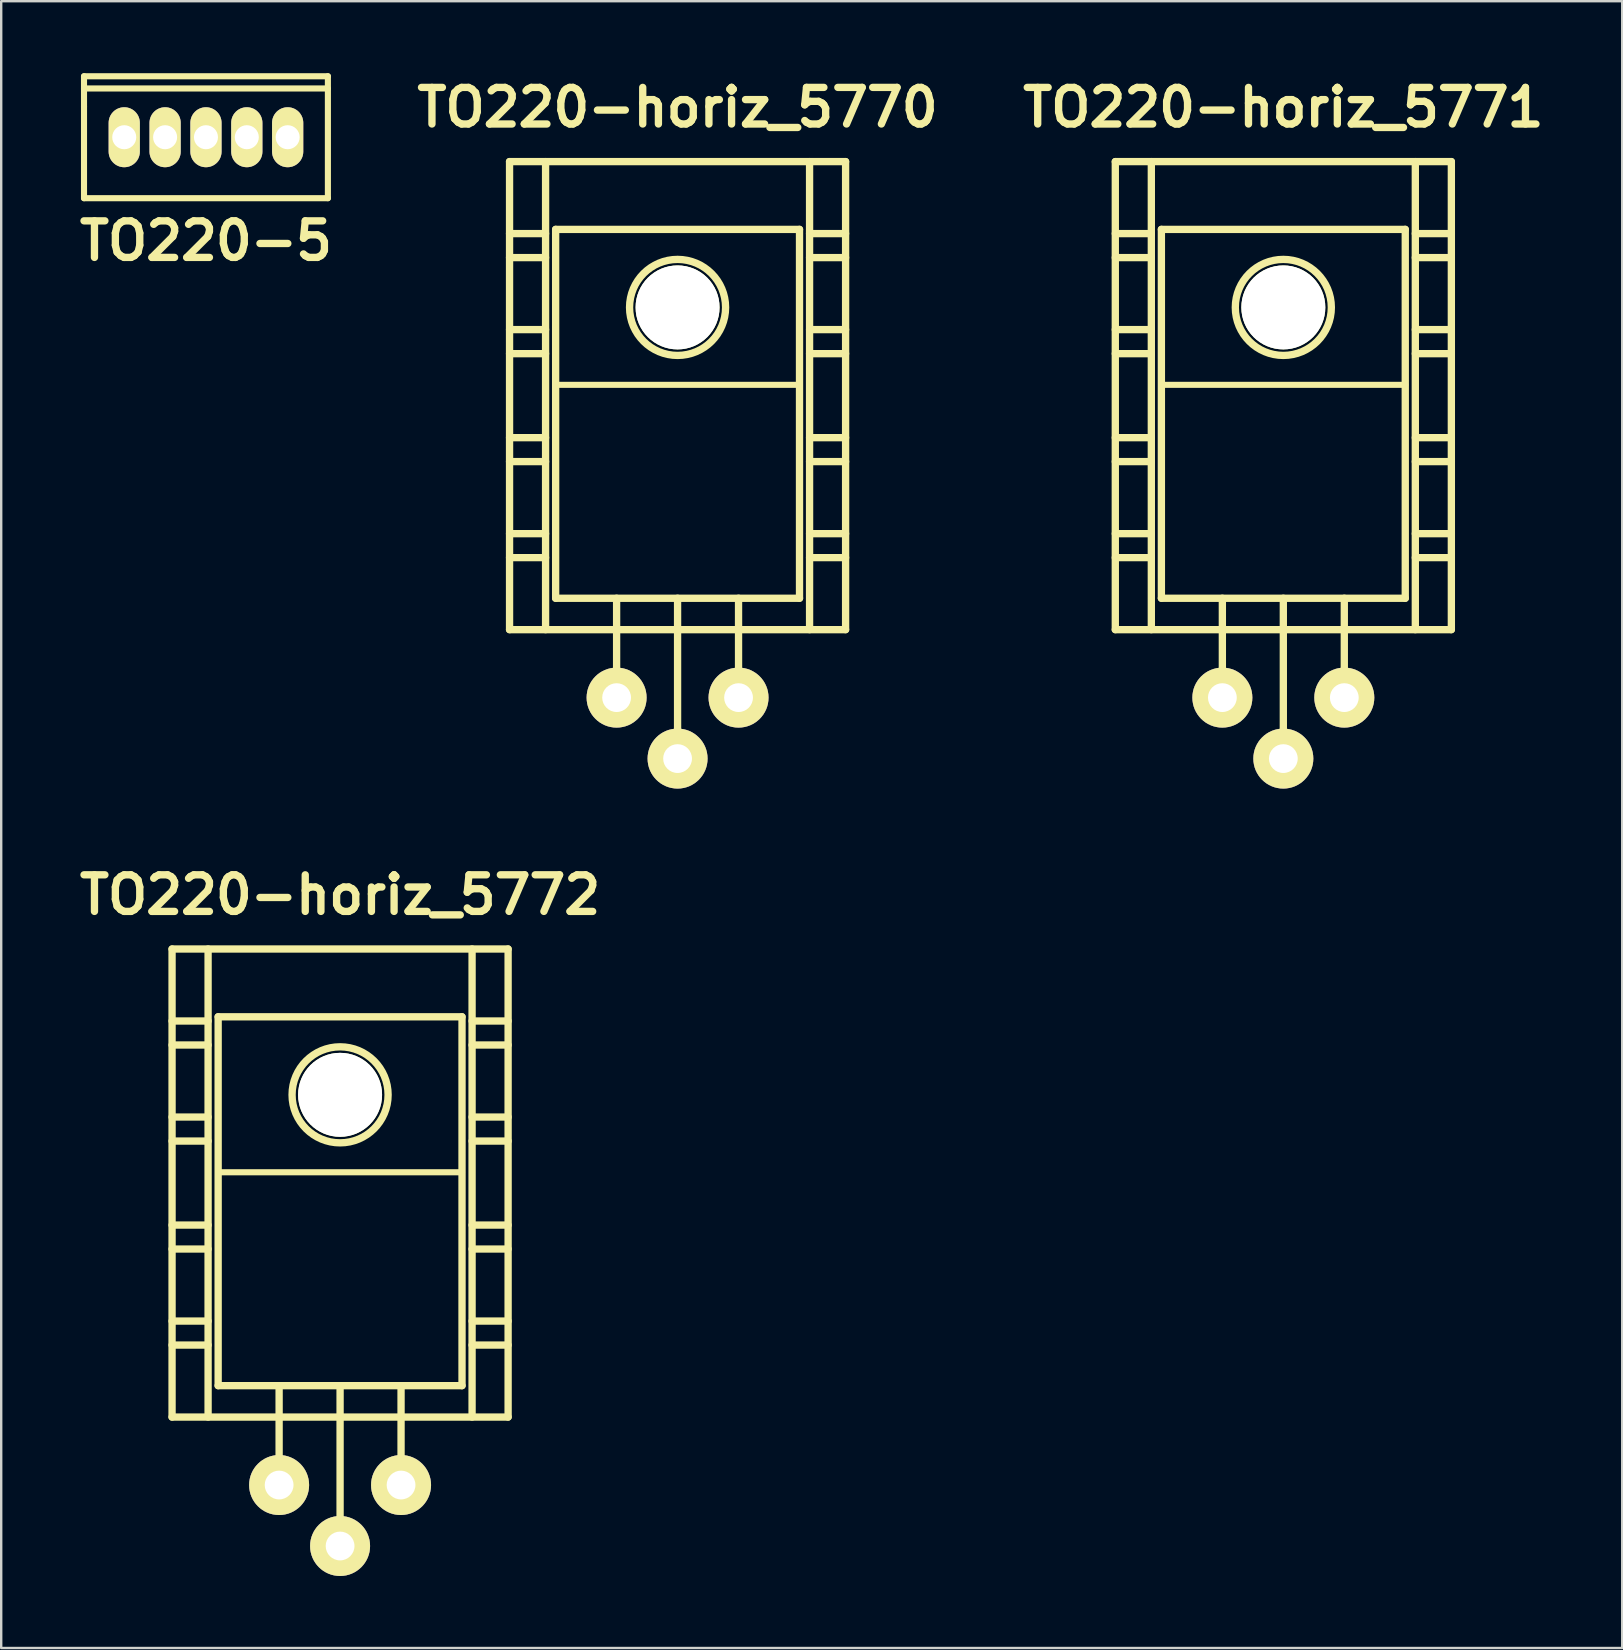
<source format=kicad_pcb>
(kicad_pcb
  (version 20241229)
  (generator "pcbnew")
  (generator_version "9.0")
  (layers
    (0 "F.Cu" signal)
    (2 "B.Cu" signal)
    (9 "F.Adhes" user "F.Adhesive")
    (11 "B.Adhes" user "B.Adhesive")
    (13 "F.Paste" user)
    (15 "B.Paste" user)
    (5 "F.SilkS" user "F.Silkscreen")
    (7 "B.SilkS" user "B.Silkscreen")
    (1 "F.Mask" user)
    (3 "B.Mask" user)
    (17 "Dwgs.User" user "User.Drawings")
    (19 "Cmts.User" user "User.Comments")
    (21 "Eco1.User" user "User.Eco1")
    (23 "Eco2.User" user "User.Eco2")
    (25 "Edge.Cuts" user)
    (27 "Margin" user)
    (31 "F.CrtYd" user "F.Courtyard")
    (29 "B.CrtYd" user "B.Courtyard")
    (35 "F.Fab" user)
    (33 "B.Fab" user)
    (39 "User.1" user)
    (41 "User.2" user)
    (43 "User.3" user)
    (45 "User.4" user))
  (footprint "TO220-horiz_5770"
    (layer "F.Cu")
    (at 25.178 17.682)
    (property "Reference" "TO220-horiz_5770" (at 0 -16.256 0) (layer "F.SilkS") (effects (font (size 1.524 1.524) (thickness 0.305))))
    (attr through_hole)
    (fp_line (start -7 -14) (end -7 5.499) (stroke (width 0.305) (type solid)) (layer "F.SilkS"))
    (fp_line (start -7 -11.001) (end -5.499 -11.001) (stroke (width 0.305) (type solid)) (layer "F.SilkS"))
    (fp_line (start -7 -10) (end -5.499 -10) (stroke (width 0.305) (type solid)) (layer "F.SilkS"))
    (fp_line (start -7 -7) (end -5.499 -7) (stroke (width 0.305) (type solid)) (layer "F.SilkS"))
    (fp_line (start -7 -5.999) (end -5.499 -5.999) (stroke (width 0.305) (type solid)) (layer "F.SilkS"))
    (fp_line (start -7 -2.499) (end -5.499 -2.499) (stroke (width 0.305) (type solid)) (layer "F.SilkS"))
    (fp_line (start -7 -1.501) (end -5.499 -1.501) (stroke (width 0.305) (type solid)) (layer "F.SilkS"))
    (fp_line (start -7 1.501) (end -5.499 1.501) (stroke (width 0.305) (type solid)) (layer "F.SilkS"))
    (fp_line (start -7 2.499) (end -5.499 2.499) (stroke (width 0.305) (type solid)) (layer "F.SilkS"))
    (fp_line (start -7 5.499) (end 7 5.499) (stroke (width 0.305) (type solid)) (layer "F.SilkS"))
    (fp_line (start -5.499 5.499) (end -5.499 -14) (stroke (width 0.305) (type solid)) (layer "F.SilkS"))
    (fp_line (start -5.08 -11.176) (end -5.08 4.191) (stroke (width 0.305) (type solid)) (layer "F.SilkS"))
    (fp_line (start -5.08 4.191) (end 5.08 4.191) (stroke (width 0.305) (type solid)) (layer "F.SilkS"))
    (fp_line (start -2.54 8.382) (end -2.54 4.191) (stroke (width 0.305) (type solid)) (layer "F.SilkS"))
    (fp_line (start 0 4.191) (end 0 10.922) (stroke (width 0.305) (type solid)) (layer "F.SilkS"))
    (fp_line (start 2.54 8.382) (end 2.54 4.191) (stroke (width 0.305) (type solid)) (layer "F.SilkS"))
    (fp_line (start 5.08 -11.176) (end -5.08 -11.176) (stroke (width 0.305) (type solid)) (layer "F.SilkS"))
    (fp_line (start 5.08 -4.699) (end -5.08 -4.699) (stroke (width 0.254) (type solid)) (layer "F.SilkS"))
    (fp_line (start 5.08 4.191) (end 5.08 -11.176) (stroke (width 0.305) (type solid)) (layer "F.SilkS"))
    (fp_line (start 5.499 -14) (end 5.499 5.499) (stroke (width 0.305) (type solid)) (layer "F.SilkS"))
    (fp_line (start 5.499 -11.001) (end 7 -11.001) (stroke (width 0.305) (type solid)) (layer "F.SilkS"))
    (fp_line (start 5.499 -10) (end 7 -10) (stroke (width 0.305) (type solid)) (layer "F.SilkS"))
    (fp_line (start 5.499 -7) (end 7 -7) (stroke (width 0.305) (type solid)) (layer "F.SilkS"))
    (fp_line (start 5.499 -5.999) (end 7 -5.999) (stroke (width 0.305) (type solid)) (layer "F.SilkS"))
    (fp_line (start 5.499 -2.499) (end 7 -2.499) (stroke (width 0.305) (type solid)) (layer "F.SilkS"))
    (fp_line (start 5.499 -1.501) (end 7 -1.501) (stroke (width 0.305) (type solid)) (layer "F.SilkS"))
    (fp_line (start 5.499 1.501) (end 7 1.501) (stroke (width 0.305) (type solid)) (layer "F.SilkS"))
    (fp_line (start 5.499 2.499) (end 7 2.499) (stroke (width 0.305) (type solid)) (layer "F.SilkS"))
    (fp_line (start 7 -14) (end -7 -14) (stroke (width 0.305) (type solid)) (layer "F.SilkS"))
    (fp_line (start 7 5.499) (end 7 -14) (stroke (width 0.305) (type solid)) (layer "F.SilkS"))
    (fp_circle (center 0 -7.925) (end -1.999 -8.001) (stroke (width 0.305) (type solid)) (fill no) (layer "F.SilkS"))
    (pad "" np_thru_hole circle (at 0 -7.925) (size 3.498 3.498) (drill 3.498) (layers "*.Cu" "*.Mask" "F.SilkS"))
    (pad "1" thru_hole circle (at -2.54 8.331) (size 2.499 2.499) (drill 1.199) (layers "*.Cu" "*.Mask" "F.SilkS"))
    (pad "2" thru_hole circle (at 0 10.871) (size 2.499 2.499) (drill 1.199) (layers "*.Cu" "*.Mask" "F.SilkS"))
    (pad "3" thru_hole circle (at 2.54 8.331) (size 2.499 2.499) (drill 1.199) (layers "*.Cu" "*.Mask" "F.SilkS")))
  (footprint "TO220-horiz_5772"
    (layer "F.Cu")
    (at 11.118 50.486)
    (property "Reference" "TO220-horiz_5772" (at 0 -16.256 0) (layer "F.SilkS") (effects (font (size 1.524 1.524) (thickness 0.305))))
    (attr through_hole)
    (fp_line (start -7 -14) (end -7 5.499) (stroke (width 0.305) (type solid)) (layer "F.SilkS"))
    (fp_line (start -7 -11.001) (end -5.499 -11.001) (stroke (width 0.305) (type solid)) (layer "F.SilkS"))
    (fp_line (start -7 -10) (end -5.499 -10) (stroke (width 0.305) (type solid)) (layer "F.SilkS"))
    (fp_line (start -7 -7) (end -5.499 -7) (stroke (width 0.305) (type solid)) (layer "F.SilkS"))
    (fp_line (start -7 -5.999) (end -5.499 -5.999) (stroke (width 0.305) (type solid)) (layer "F.SilkS"))
    (fp_line (start -7 -2.499) (end -5.499 -2.499) (stroke (width 0.305) (type solid)) (layer "F.SilkS"))
    (fp_line (start -7 -1.501) (end -5.499 -1.501) (stroke (width 0.305) (type solid)) (layer "F.SilkS"))
    (fp_line (start -7 1.501) (end -5.499 1.501) (stroke (width 0.305) (type solid)) (layer "F.SilkS"))
    (fp_line (start -7 2.499) (end -5.499 2.499) (stroke (width 0.305) (type solid)) (layer "F.SilkS"))
    (fp_line (start -7 5.499) (end 7 5.499) (stroke (width 0.305) (type solid)) (layer "F.SilkS"))
    (fp_line (start -5.499 5.499) (end -5.499 -14) (stroke (width 0.305) (type solid)) (layer "F.SilkS"))
    (fp_line (start -5.08 -11.176) (end -5.08 4.191) (stroke (width 0.305) (type solid)) (layer "F.SilkS"))
    (fp_line (start -5.08 4.191) (end 5.08 4.191) (stroke (width 0.305) (type solid)) (layer "F.SilkS"))
    (fp_line (start -2.54 8.382) (end -2.54 4.191) (stroke (width 0.305) (type solid)) (layer "F.SilkS"))
    (fp_line (start 0 4.191) (end 0 10.922) (stroke (width 0.305) (type solid)) (layer "F.SilkS"))
    (fp_line (start 2.54 8.382) (end 2.54 4.191) (stroke (width 0.305) (type solid)) (layer "F.SilkS"))
    (fp_line (start 5.08 -11.176) (end -5.08 -11.176) (stroke (width 0.305) (type solid)) (layer "F.SilkS"))
    (fp_line (start 5.08 -4.699) (end -5.08 -4.699) (stroke (width 0.254) (type solid)) (layer "F.SilkS"))
    (fp_line (start 5.08 4.191) (end 5.08 -11.176) (stroke (width 0.305) (type solid)) (layer "F.SilkS"))
    (fp_line (start 5.499 -14) (end 5.499 5.499) (stroke (width 0.305) (type solid)) (layer "F.SilkS"))
    (fp_line (start 5.499 -11.001) (end 7 -11.001) (stroke (width 0.305) (type solid)) (layer "F.SilkS"))
    (fp_line (start 5.499 -10) (end 7 -10) (stroke (width 0.305) (type solid)) (layer "F.SilkS"))
    (fp_line (start 5.499 -7) (end 7 -7) (stroke (width 0.305) (type solid)) (layer "F.SilkS"))
    (fp_line (start 5.499 -5.999) (end 7 -5.999) (stroke (width 0.305) (type solid)) (layer "F.SilkS"))
    (fp_line (start 5.499 -2.499) (end 7 -2.499) (stroke (width 0.305) (type solid)) (layer "F.SilkS"))
    (fp_line (start 5.499 -1.501) (end 7 -1.501) (stroke (width 0.305) (type solid)) (layer "F.SilkS"))
    (fp_line (start 5.499 1.501) (end 7 1.501) (stroke (width 0.305) (type solid)) (layer "F.SilkS"))
    (fp_line (start 5.499 2.499) (end 7 2.499) (stroke (width 0.305) (type solid)) (layer "F.SilkS"))
    (fp_line (start 7 -14) (end -7 -14) (stroke (width 0.305) (type solid)) (layer "F.SilkS"))
    (fp_line (start 7 5.499) (end 7 -14) (stroke (width 0.305) (type solid)) (layer "F.SilkS"))
    (fp_circle (center 0 -7.925) (end -1.999 -8.001) (stroke (width 0.305) (type solid)) (fill no) (layer "F.SilkS"))
    (pad "" np_thru_hole circle (at 0 -7.925) (size 3.498 3.498) (drill 3.498) (layers "*.Cu" "*.Mask" "F.SilkS"))
    (pad "1" thru_hole circle (at -2.54 8.331) (size 2.499 2.499) (drill 1.199) (layers "*.Cu" "*.Mask" "F.SilkS"))
    (pad "2" thru_hole circle (at 0 10.871) (size 2.499 2.499) (drill 1.199) (layers "*.Cu" "*.Mask" "F.SilkS"))
    (pad "3" thru_hole circle (at 2.54 8.331) (size 2.499 2.499) (drill 1.199) (layers "*.Cu" "*.Mask" "F.SilkS")))
  (footprint "TO220-5"
    (layer "F.Cu")
    (at 5.53 2.667)
    (property "Reference" "TO220-5" (at 0 4.318 0) (layer "F.SilkS") (effects (font (size 1.524 1.524) (thickness 0.305))))
    (attr through_hole)
    (fp_line (start -5.08 -2.54) (end -5.08 -1.27) (stroke (width 0.254) (type solid)) (layer "F.SilkS"))
    (fp_line (start -5.08 -2.032) (end 5.08 -2.032) (stroke (width 0.254) (type solid)) (layer "F.SilkS"))
    (fp_line (start -5.08 -1.27) (end -5.08 2.54) (stroke (width 0.254) (type solid)) (layer "F.SilkS"))
    (fp_line (start -5.08 2.54) (end 5.08 2.54) (stroke (width 0.254) (type solid)) (layer "F.SilkS"))
    (fp_line (start 5.08 -2.54) (end -5.08 -2.54) (stroke (width 0.254) (type solid)) (layer "F.SilkS"))
    (fp_line (start 5.08 2.54) (end 5.08 -2.54) (stroke (width 0.254) (type solid)) (layer "F.SilkS"))
    (pad "1" thru_hole oval (at -3.404 0) (size 1.3 2.499) (drill 1.001) (layers "*.Cu" "*.Mask" "F.SilkS"))
    (pad "2" thru_hole oval (at -1.702 0) (size 1.3 2.499) (drill 1.001) (layers "*.Cu" "*.Mask" "F.SilkS"))
    (pad "3" thru_hole oval (at 0 0) (size 1.3 2.499) (drill 1.001) (layers "*.Cu" "*.Mask" "F.SilkS"))
    (pad "4" thru_hole oval (at 1.702 0) (size 1.3 2.499) (drill 1.001) (layers "*.Cu" "*.Mask" "F.SilkS"))
    (pad "5" thru_hole oval (at 3.404 0) (size 1.3 2.499) (drill 1.001) (layers "*.Cu" "*.Mask" "F.SilkS")))
  (footprint "TO220-horiz_5771"
    (layer "F.Cu")
    (at 50.414 17.682)
    (property "Reference" "TO220-horiz_5771" (at 0 -16.256 0) (layer "F.SilkS") (effects (font (size 1.524 1.524) (thickness 0.305))))
    (attr through_hole)
    (fp_line (start -7 -14) (end -7 5.499) (stroke (width 0.305) (type solid)) (layer "F.SilkS"))
    (fp_line (start -7 -11.001) (end -5.499 -11.001) (stroke (width 0.305) (type solid)) (layer "F.SilkS"))
    (fp_line (start -7 -10) (end -5.499 -10) (stroke (width 0.305) (type solid)) (layer "F.SilkS"))
    (fp_line (start -7 -7) (end -5.499 -7) (stroke (width 0.305) (type solid)) (layer "F.SilkS"))
    (fp_line (start -7 -5.999) (end -5.499 -5.999) (stroke (width 0.305) (type solid)) (layer "F.SilkS"))
    (fp_line (start -7 -2.499) (end -5.499 -2.499) (stroke (width 0.305) (type solid)) (layer "F.SilkS"))
    (fp_line (start -7 -1.501) (end -5.499 -1.501) (stroke (width 0.305) (type solid)) (layer "F.SilkS"))
    (fp_line (start -7 1.501) (end -5.499 1.501) (stroke (width 0.305) (type solid)) (layer "F.SilkS"))
    (fp_line (start -7 2.499) (end -5.499 2.499) (stroke (width 0.305) (type solid)) (layer "F.SilkS"))
    (fp_line (start -7 5.499) (end 7 5.499) (stroke (width 0.305) (type solid)) (layer "F.SilkS"))
    (fp_line (start -5.499 5.499) (end -5.499 -14) (stroke (width 0.305) (type solid)) (layer "F.SilkS"))
    (fp_line (start -5.08 -11.176) (end -5.08 4.191) (stroke (width 0.305) (type solid)) (layer "F.SilkS"))
    (fp_line (start -5.08 4.191) (end 5.08 4.191) (stroke (width 0.305) (type solid)) (layer "F.SilkS"))
    (fp_line (start -2.54 8.382) (end -2.54 4.191) (stroke (width 0.305) (type solid)) (layer "F.SilkS"))
    (fp_line (start 0 4.191) (end 0 10.922) (stroke (width 0.305) (type solid)) (layer "F.SilkS"))
    (fp_line (start 2.54 8.382) (end 2.54 4.191) (stroke (width 0.305) (type solid)) (layer "F.SilkS"))
    (fp_line (start 5.08 -11.176) (end -5.08 -11.176) (stroke (width 0.305) (type solid)) (layer "F.SilkS"))
    (fp_line (start 5.08 -4.699) (end -5.08 -4.699) (stroke (width 0.254) (type solid)) (layer "F.SilkS"))
    (fp_line (start 5.08 4.191) (end 5.08 -11.176) (stroke (width 0.305) (type solid)) (layer "F.SilkS"))
    (fp_line (start 5.499 -14) (end 5.499 5.499) (stroke (width 0.305) (type solid)) (layer "F.SilkS"))
    (fp_line (start 5.499 -11.001) (end 7 -11.001) (stroke (width 0.305) (type solid)) (layer "F.SilkS"))
    (fp_line (start 5.499 -10) (end 7 -10) (stroke (width 0.305) (type solid)) (layer "F.SilkS"))
    (fp_line (start 5.499 -7) (end 7 -7) (stroke (width 0.305) (type solid)) (layer "F.SilkS"))
    (fp_line (start 5.499 -5.999) (end 7 -5.999) (stroke (width 0.305) (type solid)) (layer "F.SilkS"))
    (fp_line (start 5.499 -2.499) (end 7 -2.499) (stroke (width 0.305) (type solid)) (layer "F.SilkS"))
    (fp_line (start 5.499 -1.501) (end 7 -1.501) (stroke (width 0.305) (type solid)) (layer "F.SilkS"))
    (fp_line (start 5.499 1.501) (end 7 1.501) (stroke (width 0.305) (type solid)) (layer "F.SilkS"))
    (fp_line (start 5.499 2.499) (end 7 2.499) (stroke (width 0.305) (type solid)) (layer "F.SilkS"))
    (fp_line (start 7 -14) (end -7 -14) (stroke (width 0.305) (type solid)) (layer "F.SilkS"))
    (fp_line (start 7 5.499) (end 7 -14) (stroke (width 0.305) (type solid)) (layer "F.SilkS"))
    (fp_circle (center 0 -7.925) (end -1.999 -8.001) (stroke (width 0.305) (type solid)) (fill no) (layer "F.SilkS"))
    (pad "" np_thru_hole circle (at 0 -7.925) (size 3.498 3.498) (drill 3.498) (layers "*.Cu" "*.Mask" "F.SilkS"))
    (pad "1" thru_hole circle (at -2.54 8.331) (size 2.499 2.499) (drill 1.199) (layers "*.Cu" "*.Mask" "F.SilkS"))
    (pad "2" thru_hole circle (at 0 10.871) (size 2.499 2.499) (drill 1.199) (layers "*.Cu" "*.Mask" "F.SilkS"))
    (pad "3" thru_hole circle (at 2.54 8.331) (size 2.499 2.499) (drill 1.199) (layers "*.Cu" "*.Mask" "F.SilkS")))
  (gr_rect
    (start -3 -3)
    (end 64.532 65.607)
    (stroke (width 0.1) (type default))
    (fill no)
    (layer "Edge.Cuts")))
</source>
